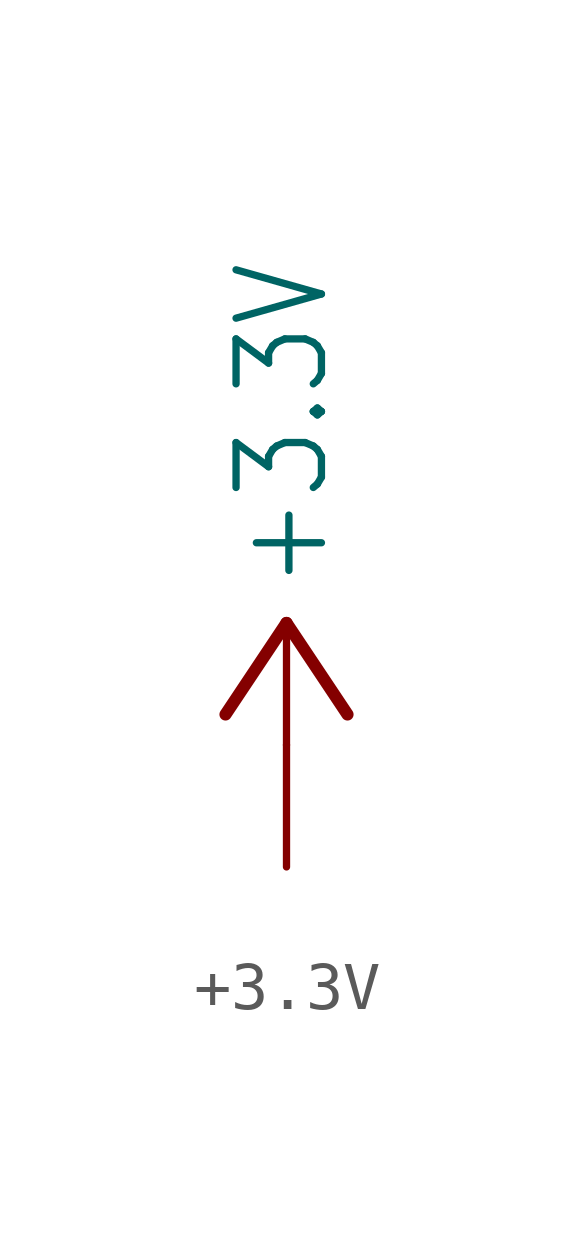
<source format=kicad_sym>
(kicad_symbol_lib
  (version 20211014)
  (generator kicad_symbol_editor)
  (symbol "+3.3V"
    (power)
    (property "Reference" ""
      (at 0 0 0)
      (effects (font (size 1.27 1.27)) hide))
    (property "Value" "+3.3V"
      (at 0.953 3.175 90)
      (effects (font (size 1.778 1.511)) (justify left bottom)))
    (property "ki_locked" ""
      (at 0 0 0)
      (effects (font (size 1.27 1.27))))
    (symbol "+3.3V_1_0"
      (polyline (pts (xy -1.27 0.635) (xy 0 2.54)) (stroke (width 0.254) (type default) (color 0 0 0 0)) (fill (type none)))
      (polyline (pts (xy 0 0.0001) (xy 0 2.54)) (stroke (width 0.152) (type default) (color 0 0 0 0)) (fill (type none)))
      (polyline (pts (xy 0 2.54) (xy 1.27 0.635)) (stroke (width 0.254) (type default) (color 0 0 0 0)) (fill (type none)))
      (pin power_in line (at 0 -2.54 90) (length 2.54) (name "+3.3V" (effects (font (size 0 0)))) (number "1" (effects (font (size 0 0))))))))
</source>
